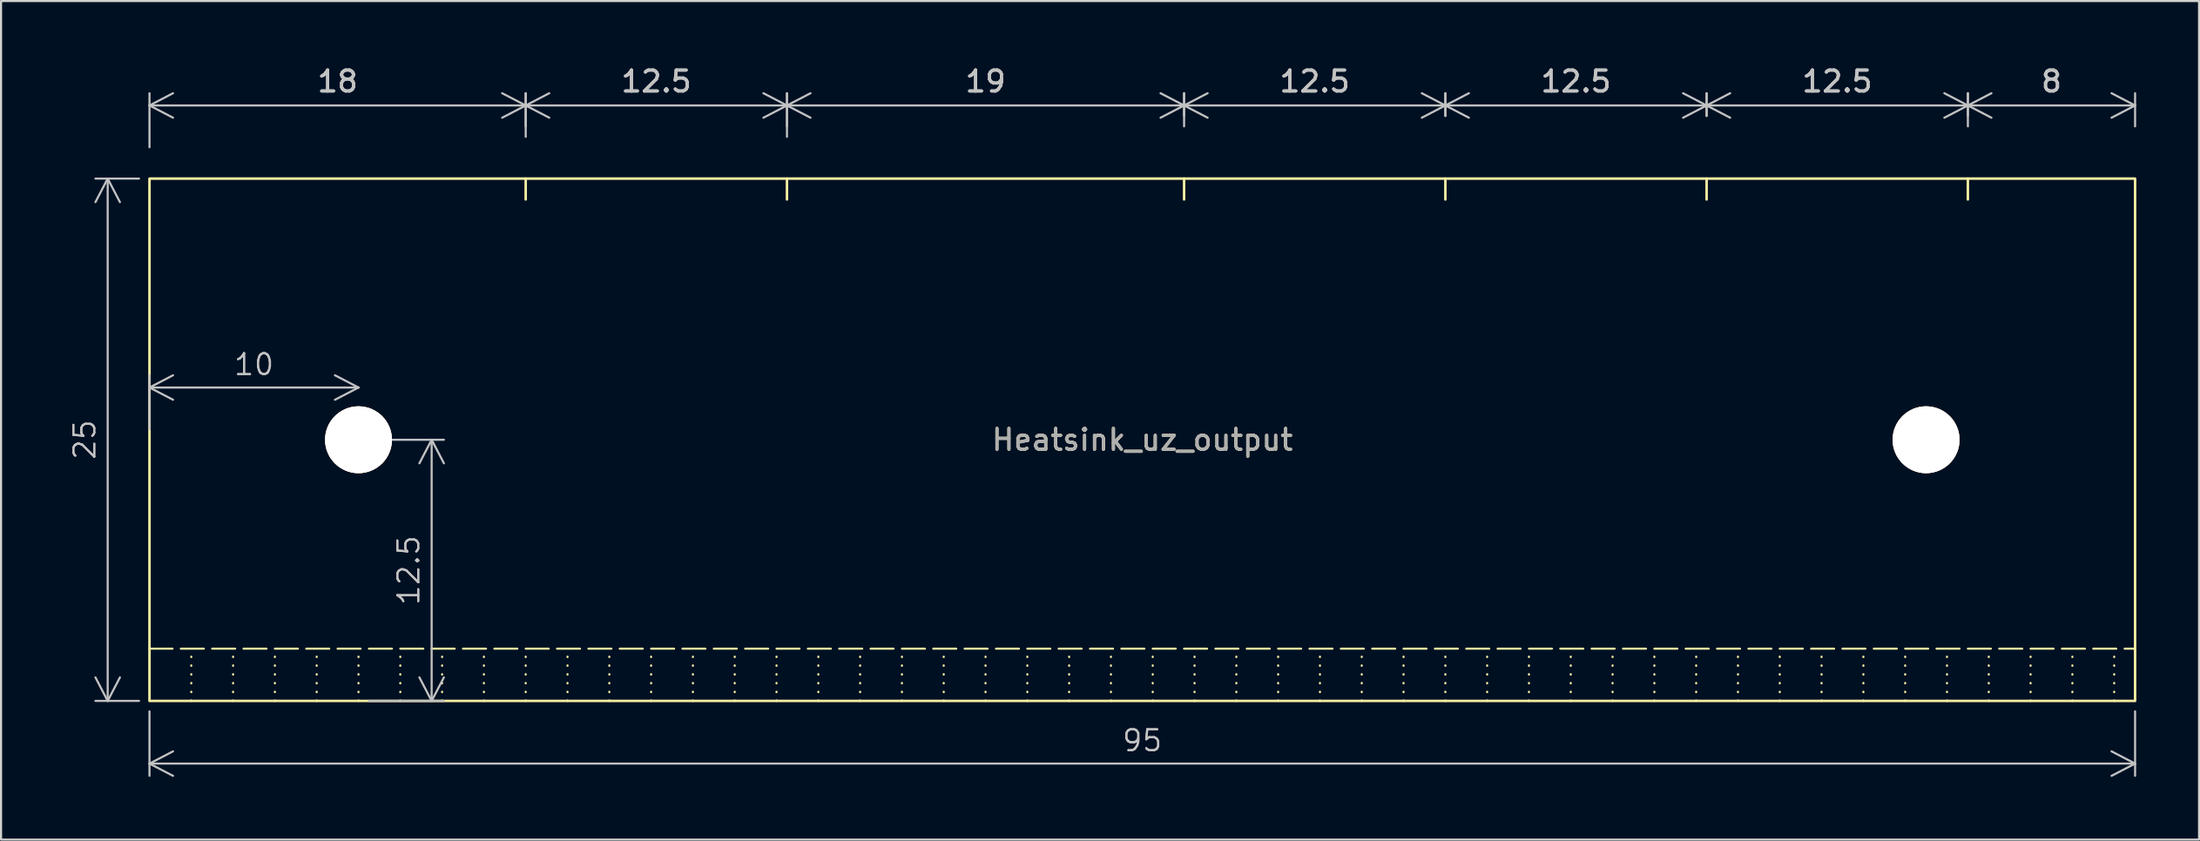
<source format=kicad_pcb>
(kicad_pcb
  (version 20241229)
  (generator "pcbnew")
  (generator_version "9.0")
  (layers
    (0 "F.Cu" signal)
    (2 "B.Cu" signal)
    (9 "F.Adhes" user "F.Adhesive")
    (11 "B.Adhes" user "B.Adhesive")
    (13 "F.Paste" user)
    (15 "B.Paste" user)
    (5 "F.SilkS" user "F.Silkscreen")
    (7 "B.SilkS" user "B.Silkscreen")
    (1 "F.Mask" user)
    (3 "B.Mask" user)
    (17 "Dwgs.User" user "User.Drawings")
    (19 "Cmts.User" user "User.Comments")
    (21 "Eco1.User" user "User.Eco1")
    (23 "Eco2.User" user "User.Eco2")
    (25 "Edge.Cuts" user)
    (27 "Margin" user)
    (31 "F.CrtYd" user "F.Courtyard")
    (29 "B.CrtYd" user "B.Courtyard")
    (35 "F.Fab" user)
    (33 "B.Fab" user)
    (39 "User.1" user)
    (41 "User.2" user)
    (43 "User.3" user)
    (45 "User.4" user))
  (footprint "Heatsink_uz_output"
    (layer "F.Cu")
    (at 51.602 17.998)
    (property "Reference" "Heatsink_uz_output" (at 0 0 0) (layer "F.SilkS") (effects (font (size 1 1) (thickness 0.15))))
    (attr through_hole)
    (fp_line (start -47.5 10) (end 47.5 10) (stroke (width 0.1) (type dash)) (layer "F.SilkS"))
    (fp_line (start -45.5 12.5) (end -45.5 10) (stroke (width 0.1) (type dot)) (layer "F.SilkS"))
    (fp_line (start -43.5 12.5) (end -43.5 10) (stroke (width 0.1) (type dot)) (layer "F.SilkS"))
    (fp_line (start -41.5 12.5) (end -41.5 10) (stroke (width 0.1) (type dot)) (layer "F.SilkS"))
    (fp_line (start -39.5 12.5) (end -39.5 10) (stroke (width 0.1) (type dot)) (layer "F.SilkS"))
    (fp_line (start -37.5 12.5) (end -37.5 10) (stroke (width 0.1) (type dot)) (layer "F.SilkS"))
    (fp_line (start -35.5 12.5) (end -35.5 10) (stroke (width 0.1) (type dot)) (layer "F.SilkS"))
    (fp_line (start -33.5 12.5) (end -33.5 10) (stroke (width 0.1) (type dot)) (layer "F.SilkS"))
    (fp_line (start -31.5 12.5) (end -31.5 10) (stroke (width 0.1) (type dot)) (layer "F.SilkS"))
    (fp_line (start -29.5 -12.5) (end -29.5 -11.5) (stroke (width 0.12) (type solid)) (layer "F.SilkS"))
    (fp_line (start -29.5 12.5) (end -29.5 10) (stroke (width 0.1) (type dot)) (layer "F.SilkS"))
    (fp_line (start -27.5 12.5) (end -27.5 10) (stroke (width 0.1) (type dot)) (layer "F.SilkS"))
    (fp_line (start -25.5 12.5) (end -25.5 10) (stroke (width 0.1) (type dot)) (layer "F.SilkS"))
    (fp_line (start -23.5 12.5) (end -23.5 10) (stroke (width 0.1) (type dot)) (layer "F.SilkS"))
    (fp_line (start -21.5 12.5) (end -21.5 10) (stroke (width 0.1) (type dot)) (layer "F.SilkS"))
    (fp_line (start -19.5 12.5) (end -19.5 10) (stroke (width 0.1) (type dot)) (layer "F.SilkS"))
    (fp_line (start -17.5 12.5) (end -17.5 10) (stroke (width 0.1) (type dot)) (layer "F.SilkS"))
    (fp_line (start -17 -12.5) (end -17 -11.5) (stroke (width 0.12) (type solid)) (layer "F.SilkS"))
    (fp_line (start -15.5 12.5) (end -15.5 10) (stroke (width 0.1) (type dot)) (layer "F.SilkS"))
    (fp_line (start -13.5 12.5) (end -13.5 10) (stroke (width 0.1) (type dot)) (layer "F.SilkS"))
    (fp_line (start -11.5 12.5) (end -11.5 10) (stroke (width 0.1) (type dot)) (layer "F.SilkS"))
    (fp_line (start -9.5 12.5) (end -9.5 10) (stroke (width 0.1) (type dot)) (layer "F.SilkS"))
    (fp_line (start -7.5 12.5) (end -7.5 10) (stroke (width 0.1) (type dot)) (layer "F.SilkS"))
    (fp_line (start -5.5 12.5) (end -5.5 10) (stroke (width 0.1) (type dot)) (layer "F.SilkS"))
    (fp_line (start -3.5 12.5) (end -3.5 10) (stroke (width 0.1) (type dot)) (layer "F.SilkS"))
    (fp_line (start -1.5 12.5) (end -1.5 10) (stroke (width 0.1) (type dot)) (layer "F.SilkS"))
    (fp_line (start 0.5 12.5) (end 0.5 10) (stroke (width 0.1) (type dot)) (layer "F.SilkS"))
    (fp_line (start 2 -12.5) (end 2 -11.5) (stroke (width 0.12) (type solid)) (layer "F.SilkS"))
    (fp_line (start 2.5 12.5) (end 2.5 10) (stroke (width 0.1) (type dot)) (layer "F.SilkS"))
    (fp_line (start 4.5 12.5) (end 4.5 10) (stroke (width 0.1) (type dot)) (layer "F.SilkS"))
    (fp_line (start 6.5 12.5) (end 6.5 10) (stroke (width 0.1) (type dot)) (layer "F.SilkS"))
    (fp_line (start 8.5 12.5) (end 8.5 10) (stroke (width 0.1) (type dot)) (layer "F.SilkS"))
    (fp_line (start 10.5 12.5) (end 10.5 10) (stroke (width 0.1) (type dot)) (layer "F.SilkS"))
    (fp_line (start 12.5 12.5) (end 12.5 10) (stroke (width 0.1) (type dot)) (layer "F.SilkS"))
    (fp_line (start 14.5 -12.5) (end 14.5 -11.5) (stroke (width 0.12) (type solid)) (layer "F.SilkS"))
    (fp_line (start 14.5 12.5) (end 14.5 10) (stroke (width 0.1) (type dot)) (layer "F.SilkS"))
    (fp_line (start 16.5 12.5) (end 16.5 10) (stroke (width 0.1) (type dot)) (layer "F.SilkS"))
    (fp_line (start 18.5 12.5) (end 18.5 10) (stroke (width 0.1) (type dot)) (layer "F.SilkS"))
    (fp_line (start 20.5 12.5) (end 20.5 10) (stroke (width 0.1) (type dot)) (layer "F.SilkS"))
    (fp_line (start 22.5 12.5) (end 22.5 10) (stroke (width 0.1) (type dot)) (layer "F.SilkS"))
    (fp_line (start 24.5 12.5) (end 24.5 10) (stroke (width 0.1) (type dot)) (layer "F.SilkS"))
    (fp_line (start 26.5 12.5) (end 26.5 10) (stroke (width 0.1) (type dot)) (layer "F.SilkS"))
    (fp_line (start 27 -12.5) (end 27 -11.5) (stroke (width 0.12) (type solid)) (layer "F.SilkS"))
    (fp_line (start 28.5 12.5) (end 28.5 10) (stroke (width 0.1) (type dot)) (layer "F.SilkS"))
    (fp_line (start 30.5 12.5) (end 30.5 10) (stroke (width 0.1) (type dot)) (layer "F.SilkS"))
    (fp_line (start 32.5 12.5) (end 32.5 10) (stroke (width 0.1) (type dot)) (layer "F.SilkS"))
    (fp_line (start 34.5 12.5) (end 34.5 10) (stroke (width 0.1) (type dot)) (layer "F.SilkS"))
    (fp_line (start 36.5 12.5) (end 36.5 10) (stroke (width 0.1) (type dot)) (layer "F.SilkS"))
    (fp_line (start 38.5 12.5) (end 38.5 10) (stroke (width 0.1) (type dot)) (layer "F.SilkS"))
    (fp_line (start 39.5 -12.5) (end 39.5 -11.5) (stroke (width 0.12) (type solid)) (layer "F.SilkS"))
    (fp_line (start 40.5 12.5) (end 40.5 10) (stroke (width 0.1) (type dot)) (layer "F.SilkS"))
    (fp_line (start 42.5 12.5) (end 42.5 10) (stroke (width 0.1) (type dot)) (layer "F.SilkS"))
    (fp_line (start 44.5 12.5) (end 44.5 10) (stroke (width 0.1) (type dot)) (layer "F.SilkS"))
    (fp_line (start 46.5 12.5) (end 46.5 10) (stroke (width 0.1) (type dot)) (layer "F.SilkS"))
    (fp_rect (start -47.5 -12.5) (end 47.5 12.5) (stroke (width 0.12) (type solid)) (fill no) (layer "F.SilkS"))
    (fp_text user "${REFERENCE}" (at 0 0 0) (layer "F.Fab") (effects (font (size 1 1) (thickness 0.15))))
    (dimension (type orthogonal) (layer "Dwgs.User") (pts (xy 53.602 2.998) (xy 66.102 2.998)) (height -1) (orientation 0) (format (prefix "") (suffix "") (units 3) (units_format 0) (precision 4) (suppress_zeroes yes)) (style (thickness 0.1) (arrow_length 1.27) (text_position_mode 0) (arrow_direction outward) (extension_height 0.586) (extension_offset 0.5) (keep_text_aligned yes)) (gr_text "12.5" (at 59.852 0.848 0) (layer "Dwgs.User") (effects (font (size 1 1) (thickness 0.15)))))
    (dimension (type orthogonal) (layer "Dwgs.User") (pts (xy 91.102 3.498) (xy 99.102 3.498)) (height -1.5) (orientation 0) (format (prefix "") (suffix "") (units 3) (units_format 0) (precision 4) (suppress_zeroes yes)) (style (thickness 0.1) (arrow_length 1.27) (text_position_mode 0) (arrow_direction outward) (extension_height 0.586) (extension_offset 0.5) (keep_text_aligned yes)) (gr_text "8" (at 95.102 0.848 0) (layer "Dwgs.User") (effects (font (size 1 1) (thickness 0.15)))))
    (dimension (type orthogonal) (layer "Dwgs.User") (pts (xy 66.102 2.998) (xy 78.602 2.998)) (height -1) (orientation 0) (format (prefix "") (suffix "") (units 3) (units_format 0) (precision 4) (suppress_zeroes yes)) (style (thickness 0.1) (arrow_length 1.27) (text_position_mode 0) (arrow_direction outward) (extension_height 0.586) (extension_offset 0.5) (keep_text_aligned yes)) (gr_text "12.5" (at 72.352 0.848 0) (layer "Dwgs.User") (effects (font (size 1 1) (thickness 0.15)))))
    (dimension (type orthogonal) (layer "Dwgs.User") (pts (xy 78.602 2.998) (xy 91.102 2.998)) (height -1) (orientation 0) (format (prefix "") (suffix "") (units 3) (units_format 0) (precision 4) (suppress_zeroes yes)) (style (thickness 0.1) (arrow_length 1.27) (text_position_mode 0) (arrow_direction outward) (extension_height 0.586) (extension_offset 0.5) (keep_text_aligned yes)) (gr_text "12.5" (at 84.852 0.848 0) (layer "Dwgs.User") (effects (font (size 1 1) (thickness 0.15)))))
    (dimension (type orthogonal) (layer "Dwgs.User") (pts (xy 4.102 4.498) (xy 22.102 3.998)) (height -2.5) (orientation 0) (format (prefix "") (suffix "") (units 3) (units_format 0) (precision 4) (suppress_zeroes yes)) (style (thickness 0.1) (arrow_length 1.27) (text_position_mode 0) (arrow_direction outward) (extension_height 0.586) (extension_offset 0.5) (keep_text_aligned yes)) (gr_text "18" (at 13.102 0.848 0) (layer "Dwgs.User") (effects (font (size 1 1) (thickness 0.15)))))
    (dimension (type orthogonal) (layer "Dwgs.User") (pts (xy 34.602 3.498) (xy 53.602 3.498)) (height -1.5) (orientation 0) (format (prefix "") (suffix "") (units 3) (units_format 0) (precision 4) (suppress_zeroes yes)) (style (thickness 0.1) (arrow_length 1.27) (text_position_mode 0) (arrow_direction outward) (extension_height 0.586) (extension_offset 0.5) (keep_text_aligned yes)) (gr_text "19" (at 44.102 0.848 0) (layer "Dwgs.User") (effects (font (size 1 1) (thickness 0.15)))))
    (dimension (type orthogonal) (layer "Dwgs.User") (pts (xy 14.102 15.498) (xy 4.102 17.998)) (height 0) (orientation 0) (format (prefix "") (suffix "") (units 3) (units_format 0) (precision 4) (suppress_zeroes yes)) (style (thickness 0.1) (arrow_length 1.27) (text_position_mode 0) (arrow_direction outward) (extension_height 0.586) (extension_offset 0.5) (keep_text_aligned yes)) (gr_text "10" (at 9.102 14.398 0) (layer "Dwgs.User") (effects (font (size 1 1) (thickness 0.1)))))
    (dimension (type orthogonal) (layer "Dwgs.User") (pts (xy 4.102 5.498) (xy 4.102 30.498)) (height -2) (orientation 1) (format (prefix "") (suffix "") (units 3) (units_format 0) (precision 4) (suppress_zeroes yes)) (style (thickness 0.1) (arrow_length 1.27) (text_position_mode 0) (arrow_direction outward) (extension_height 0.586) (extension_offset 0.5) (keep_text_aligned yes)) (gr_text "25" (at 1.002 17.998 90) (layer "Dwgs.User") (effects (font (size 1 1) (thickness 0.1)))))
    (dimension (type orthogonal) (layer "Dwgs.User") (pts (xy 14.102 17.998) (xy 14.102 30.498)) (height 3.5) (orientation 1) (format (prefix "") (suffix "") (units 3) (units_format 0) (precision 4) (suppress_zeroes yes)) (style (thickness 0.1) (arrow_length 1.27) (text_position_mode 0) (arrow_direction outward) (extension_height 0.586) (extension_offset 0.5) (keep_text_aligned yes)) (gr_text "12.5" (at 16.502 24.248 90) (layer "Dwgs.User") (effects (font (size 1 1) (thickness 0.1)))))
    (dimension (type orthogonal) (layer "Dwgs.User") (pts (xy 22.102 3.498) (xy 34.602 3.998)) (height -1.5) (orientation 0) (format (prefix "") (suffix "") (units 3) (units_format 0) (precision 4) (suppress_zeroes yes)) (style (thickness 0.1) (arrow_length 1.27) (text_position_mode 0) (arrow_direction outward) (extension_height 0.586) (extension_offset 0.5) (keep_text_aligned yes)) (gr_text "12.5" (at 28.352 0.848 0) (layer "Dwgs.User") (effects (font (size 1 1) (thickness 0.15)))))
    (dimension (type orthogonal) (layer "Dwgs.User") (pts (xy 4.102 30.498) (xy 99.102 30.498)) (height 3) (orientation 0) (format (prefix "") (suffix "") (units 3) (units_format 0) (precision 4) (suppress_zeroes yes)) (style (thickness 0.1) (arrow_length 1.27) (text_position_mode 0) (arrow_direction outward) (extension_height 0.586) (extension_offset 0.5) (keep_text_aligned yes)) (gr_text "95" (at 51.602 32.398 0) (layer "Dwgs.User") (effects (font (size 1 1) (thickness 0.1)))))
    (pad "" np_thru_hole circle (at -37.5 0) (size 3.2 3.2) (drill 3.2) (layers "*.Cu" "*.SilkS" "*.Mask"))
    (pad "" np_thru_hole circle (at 37.5 0) (size 3.2 3.2) (drill 3.2) (layers "*.Cu" "*.SilkS" "*.Mask")))
  (gr_rect
    (start -3 -3)
    (end 102.162 37.135)
    (stroke (width 0.1) (type default))
    (fill no)
    (layer "Edge.Cuts")))
</source>
